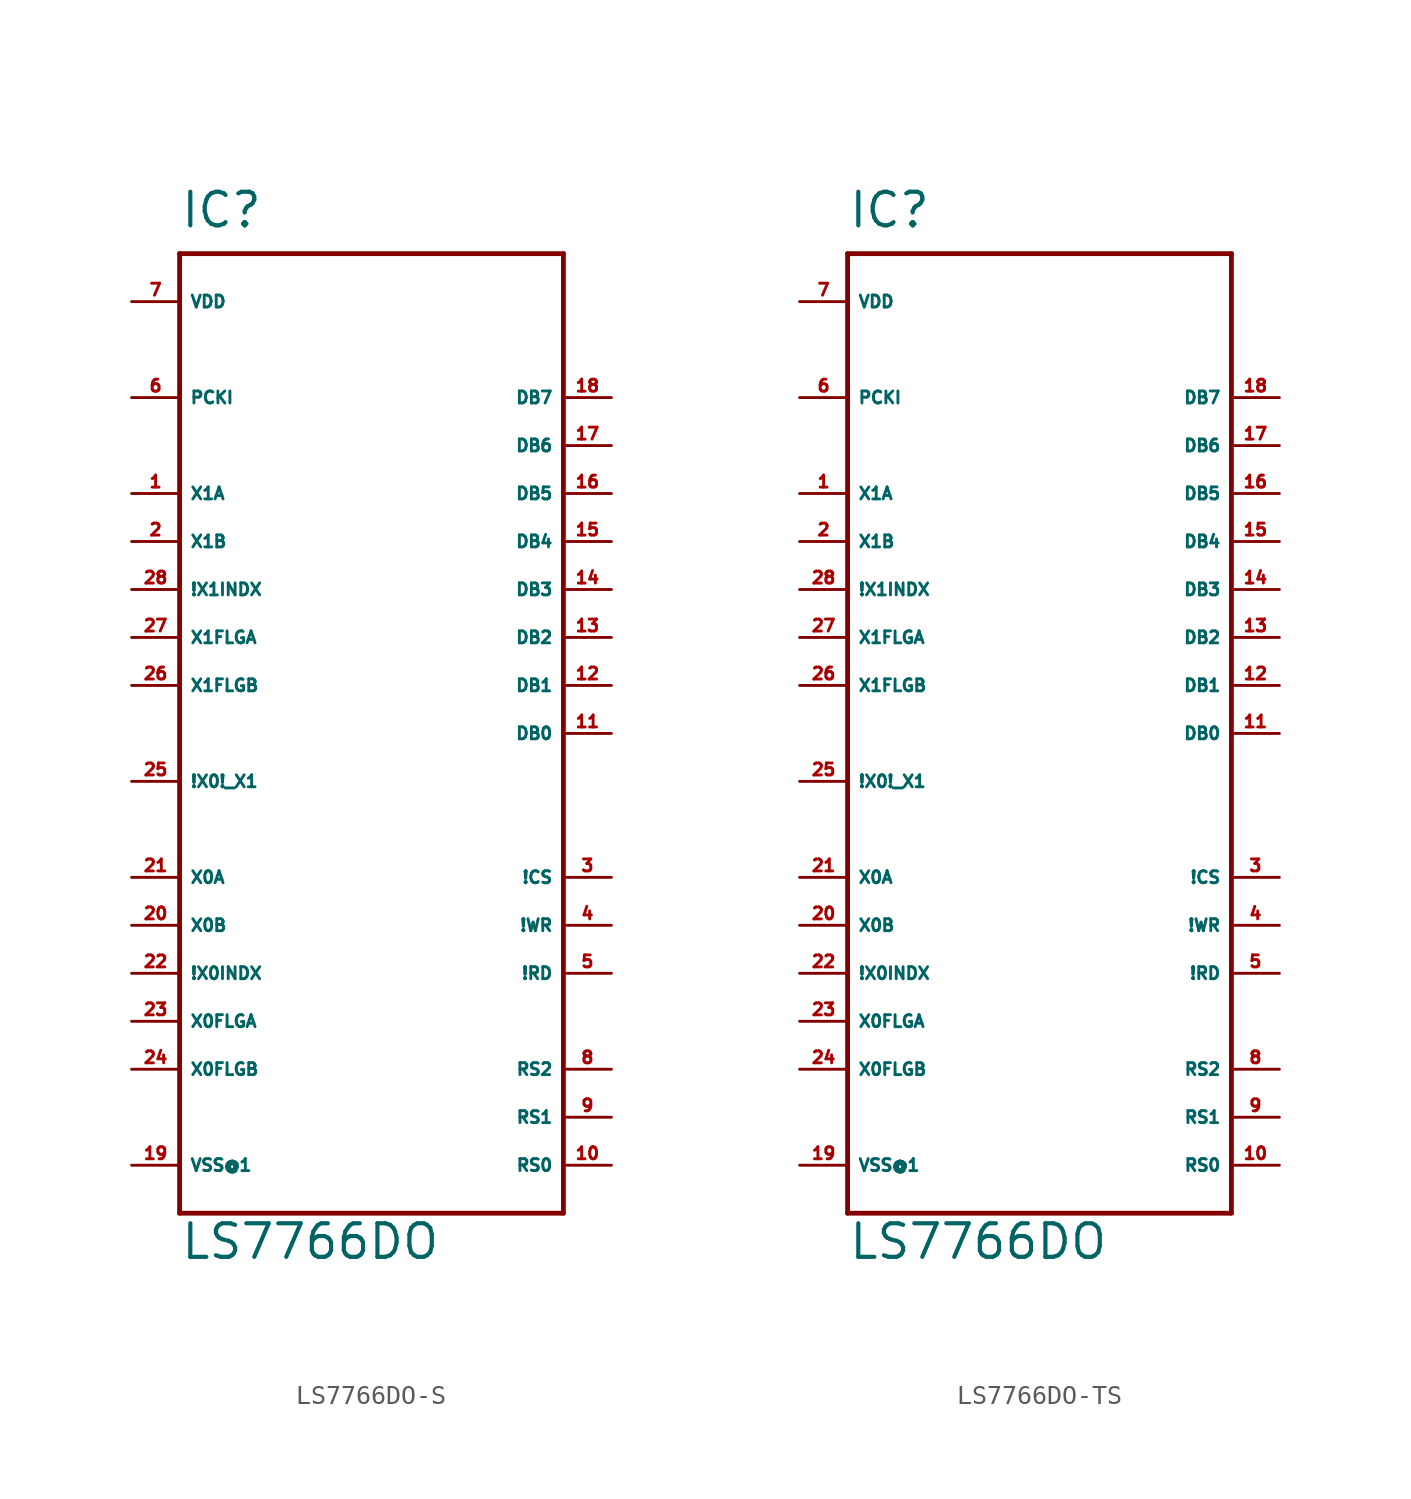
<source format=kicad_sym>
(kicad_symbol_lib
  (version 20220914)
  (generator Eagle2Kicad)
  (symbol "LS7766DO-S"
    (property "Reference" "IC"
      (at -10.16 26.67 0)
      (effects (font (size 1.778 1.778) (thickness 0.22)) (justify left bottom)))
    (property "Value" "LS7766DO"
      (at -10.16 -27.94 0)
      (effects (font (size 1.778 1.778) (thickness 0.22)) (justify left bottom)))
    (polyline
      (pts (xy -10.16 25.4) (xy 10.16 25.4))
      (stroke (width 0.254) (type default))
      (fill (type none)))
    (polyline
      (pts (xy 10.16 25.4) (xy 10.16 -25.4))
      (stroke (width 0.254) (type default))
      (fill (type none)))
    (polyline
      (pts (xy 10.16 -25.4) (xy -10.16 -25.4))
      (stroke (width 0.254) (type default))
      (fill (type none)))
    (polyline
      (pts (xy -10.16 -25.4) (xy -10.16 25.4))
      (stroke (width 0.254) (type default))
      (fill (type none)))
    (pin tri_state line
      (at 12.7 0 180)
      (length 2.54)
      (name "DB0" (effects (font (size 0.635 0.635) (thickness 0.08)) (justify left bottom)))
      (number "11" (effects (font (size 0.635 0.635) (thickness 0.08)) (justify left bottom))))
    (pin tri_state line
      (at 12.7 2.54 180)
      (length 2.54)
      (name "DB1" (effects (font (size 0.635 0.635) (thickness 0.08)) (justify left bottom)))
      (number "12" (effects (font (size 0.635 0.635) (thickness 0.08)) (justify left bottom))))
    (pin tri_state line
      (at 12.7 5.08 180)
      (length 2.54)
      (name "DB2" (effects (font (size 0.635 0.635) (thickness 0.08)) (justify left bottom)))
      (number "13" (effects (font (size 0.635 0.635) (thickness 0.08)) (justify left bottom))))
    (pin tri_state line
      (at 12.7 7.62 180)
      (length 2.54)
      (name "DB3" (effects (font (size 0.635 0.635) (thickness 0.08)) (justify left bottom)))
      (number "14" (effects (font (size 0.635 0.635) (thickness 0.08)) (justify left bottom))))
    (pin tri_state line
      (at 12.7 10.16 180)
      (length 2.54)
      (name "DB4" (effects (font (size 0.635 0.635) (thickness 0.08)) (justify left bottom)))
      (number "15" (effects (font (size 0.635 0.635) (thickness 0.08)) (justify left bottom))))
    (pin tri_state line
      (at 12.7 12.7 180)
      (length 2.54)
      (name "DB5" (effects (font (size 0.635 0.635) (thickness 0.08)) (justify left bottom)))
      (number "16" (effects (font (size 0.635 0.635) (thickness 0.08)) (justify left bottom))))
    (pin tri_state line
      (at 12.7 15.24 180)
      (length 2.54)
      (name "DB6" (effects (font (size 0.635 0.635) (thickness 0.08)) (justify left bottom)))
      (number "17" (effects (font (size 0.635 0.635) (thickness 0.08)) (justify left bottom))))
    (pin tri_state line
      (at 12.7 17.78 180)
      (length 2.54)
      (name "DB7" (effects (font (size 0.635 0.635) (thickness 0.08)) (justify left bottom)))
      (number "18" (effects (font (size 0.635 0.635) (thickness 0.08)) (justify left bottom))))
    (pin input line
      (at 12.7 -22.86 180)
      (length 2.54)
      (name "RS0" (effects (font (size 0.635 0.635) (thickness 0.08)) (justify left bottom)))
      (number "10" (effects (font (size 0.635 0.635) (thickness 0.08)) (justify left bottom))))
    (pin input line
      (at 12.7 -20.32 180)
      (length 2.54)
      (name "RS1" (effects (font (size 0.635 0.635) (thickness 0.08)) (justify left bottom)))
      (number "9" (effects (font (size 0.635 0.635) (thickness 0.08)) (justify left bottom))))
    (pin input line
      (at 12.7 -17.78 180)
      (length 2.54)
      (name "RS2" (effects (font (size 0.635 0.635) (thickness 0.08)) (justify left bottom)))
      (number "8" (effects (font (size 0.635 0.635) (thickness 0.08)) (justify left bottom))))
    (pin unspecified line
      (at -12.7 22.86 0)
      (length 2.54)
      (name "VDD" (effects (font (size 0.635 0.635) (thickness 0.08)) (justify left bottom)))
      (number "7" (effects (font (size 0.635 0.635) (thickness 0.08)) (justify left bottom))))
    (pin unspecified line
      (at -12.7 -22.86 0)
      (length 2.54)
      (name "VSS@1" (effects (font (size 0.635 0.635) (thickness 0.08)) (justify left bottom)))
      (number "19" (effects (font (size 0.635 0.635) (thickness 0.08)) (justify left bottom))))
    (pin input line
      (at -12.7 17.78 0)
      (length 2.54)
      (name "PCKI" (effects (font (size 0.635 0.635) (thickness 0.08)) (justify left bottom)))
      (number "6" (effects (font (size 0.635 0.635) (thickness 0.08)) (justify left bottom))))
    (pin input line
      (at 12.7 -12.7 180)
      (length 2.54)
      (name "!RD" (effects (font (size 0.635 0.635) (thickness 0.08)) (justify left bottom)))
      (number "5" (effects (font (size 0.635 0.635) (thickness 0.08)) (justify left bottom))))
    (pin input line
      (at 12.7 -10.16 180)
      (length 2.54)
      (name "!WR" (effects (font (size 0.635 0.635) (thickness 0.08)) (justify left bottom)))
      (number "4" (effects (font (size 0.635 0.635) (thickness 0.08)) (justify left bottom))))
    (pin input line
      (at 12.7 -7.62 180)
      (length 2.54)
      (name "!CS" (effects (font (size 0.635 0.635) (thickness 0.08)) (justify left bottom)))
      (number "3" (effects (font (size 0.635 0.635) (thickness 0.08)) (justify left bottom))))
    (pin input line
      (at -12.7 12.7 0)
      (length 2.54)
      (name "X1A" (effects (font (size 0.635 0.635) (thickness 0.08)) (justify left bottom)))
      (number "1" (effects (font (size 0.635 0.635) (thickness 0.08)) (justify left bottom))))
    (pin input line
      (at -12.7 10.16 0)
      (length 2.54)
      (name "X1B" (effects (font (size 0.635 0.635) (thickness 0.08)) (justify left bottom)))
      (number "2" (effects (font (size 0.635 0.635) (thickness 0.08)) (justify left bottom))))
    (pin input line
      (at -12.7 7.62 0)
      (length 2.54)
      (name "!X1INDX" (effects (font (size 0.635 0.635) (thickness 0.08)) (justify left bottom)))
      (number "28" (effects (font (size 0.635 0.635) (thickness 0.08)) (justify left bottom))))
    (pin output line
      (at -12.7 5.08 0)
      (length 2.54)
      (name "X1FLGA" (effects (font (size 0.635 0.635) (thickness 0.08)) (justify left bottom)))
      (number "27" (effects (font (size 0.635 0.635) (thickness 0.08)) (justify left bottom))))
    (pin output line
      (at -12.7 2.54 0)
      (length 2.54)
      (name "X1FLGB" (effects (font (size 0.635 0.635) (thickness 0.08)) (justify left bottom)))
      (number "26" (effects (font (size 0.635 0.635) (thickness 0.08)) (justify left bottom))))
    (pin output line
      (at -12.7 -2.54 0)
      (length 2.54)
      (name "!X0!_X1" (effects (font (size 0.635 0.635) (thickness 0.08)) (justify left bottom)))
      (number "25" (effects (font (size 0.635 0.635) (thickness 0.08)) (justify left bottom))))
    (pin input line
      (at -12.7 -7.62 0)
      (length 2.54)
      (name "X0A" (effects (font (size 0.635 0.635) (thickness 0.08)) (justify left bottom)))
      (number "21" (effects (font (size 0.635 0.635) (thickness 0.08)) (justify left bottom))))
    (pin input line
      (at -12.7 -10.16 0)
      (length 2.54)
      (name "X0B" (effects (font (size 0.635 0.635) (thickness 0.08)) (justify left bottom)))
      (number "20" (effects (font (size 0.635 0.635) (thickness 0.08)) (justify left bottom))))
    (pin output line
      (at -12.7 -15.24 0)
      (length 2.54)
      (name "X0FLGA" (effects (font (size 0.635 0.635) (thickness 0.08)) (justify left bottom)))
      (number "23" (effects (font (size 0.635 0.635) (thickness 0.08)) (justify left bottom))))
    (pin output line
      (at -12.7 -17.78 0)
      (length 2.54)
      (name "X0FLGB" (effects (font (size 0.635 0.635) (thickness 0.08)) (justify left bottom)))
      (number "24" (effects (font (size 0.635 0.635) (thickness 0.08)) (justify left bottom))))
    (pin input line
      (at -12.7 -12.7 0)
      (length 2.54)
      (name "!X0INDX" (effects (font (size 0.635 0.635) (thickness 0.08)) (justify left bottom)))
      (number "22" (effects (font (size 0.635 0.635) (thickness 0.08)) (justify left bottom)))))
  (symbol "LS7766DO-TS"
    (property "Reference" "IC"
      (at -10.16 26.67 0)
      (effects (font (size 1.778 1.778) (thickness 0.22)) (justify left bottom)))
    (property "Value" "LS7766DO"
      (at -10.16 -27.94 0)
      (effects (font (size 1.778 1.778) (thickness 0.22)) (justify left bottom)))
    (polyline
      (pts (xy -10.16 25.4) (xy 10.16 25.4))
      (stroke (width 0.254) (type default))
      (fill (type none)))
    (polyline
      (pts (xy 10.16 25.4) (xy 10.16 -25.4))
      (stroke (width 0.254) (type default))
      (fill (type none)))
    (polyline
      (pts (xy 10.16 -25.4) (xy -10.16 -25.4))
      (stroke (width 0.254) (type default))
      (fill (type none)))
    (polyline
      (pts (xy -10.16 -25.4) (xy -10.16 25.4))
      (stroke (width 0.254) (type default))
      (fill (type none)))
    (pin tri_state line
      (at 12.7 0 180)
      (length 2.54)
      (name "DB0" (effects (font (size 0.635 0.635) (thickness 0.08)) (justify left bottom)))
      (number "11" (effects (font (size 0.635 0.635) (thickness 0.08)) (justify left bottom))))
    (pin tri_state line
      (at 12.7 2.54 180)
      (length 2.54)
      (name "DB1" (effects (font (size 0.635 0.635) (thickness 0.08)) (justify left bottom)))
      (number "12" (effects (font (size 0.635 0.635) (thickness 0.08)) (justify left bottom))))
    (pin tri_state line
      (at 12.7 5.08 180)
      (length 2.54)
      (name "DB2" (effects (font (size 0.635 0.635) (thickness 0.08)) (justify left bottom)))
      (number "13" (effects (font (size 0.635 0.635) (thickness 0.08)) (justify left bottom))))
    (pin tri_state line
      (at 12.7 7.62 180)
      (length 2.54)
      (name "DB3" (effects (font (size 0.635 0.635) (thickness 0.08)) (justify left bottom)))
      (number "14" (effects (font (size 0.635 0.635) (thickness 0.08)) (justify left bottom))))
    (pin tri_state line
      (at 12.7 10.16 180)
      (length 2.54)
      (name "DB4" (effects (font (size 0.635 0.635) (thickness 0.08)) (justify left bottom)))
      (number "15" (effects (font (size 0.635 0.635) (thickness 0.08)) (justify left bottom))))
    (pin tri_state line
      (at 12.7 12.7 180)
      (length 2.54)
      (name "DB5" (effects (font (size 0.635 0.635) (thickness 0.08)) (justify left bottom)))
      (number "16" (effects (font (size 0.635 0.635) (thickness 0.08)) (justify left bottom))))
    (pin tri_state line
      (at 12.7 15.24 180)
      (length 2.54)
      (name "DB6" (effects (font (size 0.635 0.635) (thickness 0.08)) (justify left bottom)))
      (number "17" (effects (font (size 0.635 0.635) (thickness 0.08)) (justify left bottom))))
    (pin tri_state line
      (at 12.7 17.78 180)
      (length 2.54)
      (name "DB7" (effects (font (size 0.635 0.635) (thickness 0.08)) (justify left bottom)))
      (number "18" (effects (font (size 0.635 0.635) (thickness 0.08)) (justify left bottom))))
    (pin input line
      (at 12.7 -22.86 180)
      (length 2.54)
      (name "RS0" (effects (font (size 0.635 0.635) (thickness 0.08)) (justify left bottom)))
      (number "10" (effects (font (size 0.635 0.635) (thickness 0.08)) (justify left bottom))))
    (pin input line
      (at 12.7 -20.32 180)
      (length 2.54)
      (name "RS1" (effects (font (size 0.635 0.635) (thickness 0.08)) (justify left bottom)))
      (number "9" (effects (font (size 0.635 0.635) (thickness 0.08)) (justify left bottom))))
    (pin input line
      (at 12.7 -17.78 180)
      (length 2.54)
      (name "RS2" (effects (font (size 0.635 0.635) (thickness 0.08)) (justify left bottom)))
      (number "8" (effects (font (size 0.635 0.635) (thickness 0.08)) (justify left bottom))))
    (pin unspecified line
      (at -12.7 22.86 0)
      (length 2.54)
      (name "VDD" (effects (font (size 0.635 0.635) (thickness 0.08)) (justify left bottom)))
      (number "7" (effects (font (size 0.635 0.635) (thickness 0.08)) (justify left bottom))))
    (pin unspecified line
      (at -12.7 -22.86 0)
      (length 2.54)
      (name "VSS@1" (effects (font (size 0.635 0.635) (thickness 0.08)) (justify left bottom)))
      (number "19" (effects (font (size 0.635 0.635) (thickness 0.08)) (justify left bottom))))
    (pin input line
      (at -12.7 17.78 0)
      (length 2.54)
      (name "PCKI" (effects (font (size 0.635 0.635) (thickness 0.08)) (justify left bottom)))
      (number "6" (effects (font (size 0.635 0.635) (thickness 0.08)) (justify left bottom))))
    (pin input line
      (at 12.7 -12.7 180)
      (length 2.54)
      (name "!RD" (effects (font (size 0.635 0.635) (thickness 0.08)) (justify left bottom)))
      (number "5" (effects (font (size 0.635 0.635) (thickness 0.08)) (justify left bottom))))
    (pin input line
      (at 12.7 -10.16 180)
      (length 2.54)
      (name "!WR" (effects (font (size 0.635 0.635) (thickness 0.08)) (justify left bottom)))
      (number "4" (effects (font (size 0.635 0.635) (thickness 0.08)) (justify left bottom))))
    (pin input line
      (at 12.7 -7.62 180)
      (length 2.54)
      (name "!CS" (effects (font (size 0.635 0.635) (thickness 0.08)) (justify left bottom)))
      (number "3" (effects (font (size 0.635 0.635) (thickness 0.08)) (justify left bottom))))
    (pin input line
      (at -12.7 12.7 0)
      (length 2.54)
      (name "X1A" (effects (font (size 0.635 0.635) (thickness 0.08)) (justify left bottom)))
      (number "1" (effects (font (size 0.635 0.635) (thickness 0.08)) (justify left bottom))))
    (pin input line
      (at -12.7 10.16 0)
      (length 2.54)
      (name "X1B" (effects (font (size 0.635 0.635) (thickness 0.08)) (justify left bottom)))
      (number "2" (effects (font (size 0.635 0.635) (thickness 0.08)) (justify left bottom))))
    (pin input line
      (at -12.7 7.62 0)
      (length 2.54)
      (name "!X1INDX" (effects (font (size 0.635 0.635) (thickness 0.08)) (justify left bottom)))
      (number "28" (effects (font (size 0.635 0.635) (thickness 0.08)) (justify left bottom))))
    (pin output line
      (at -12.7 5.08 0)
      (length 2.54)
      (name "X1FLGA" (effects (font (size 0.635 0.635) (thickness 0.08)) (justify left bottom)))
      (number "27" (effects (font (size 0.635 0.635) (thickness 0.08)) (justify left bottom))))
    (pin output line
      (at -12.7 2.54 0)
      (length 2.54)
      (name "X1FLGB" (effects (font (size 0.635 0.635) (thickness 0.08)) (justify left bottom)))
      (number "26" (effects (font (size 0.635 0.635) (thickness 0.08)) (justify left bottom))))
    (pin output line
      (at -12.7 -2.54 0)
      (length 2.54)
      (name "!X0!_X1" (effects (font (size 0.635 0.635) (thickness 0.08)) (justify left bottom)))
      (number "25" (effects (font (size 0.635 0.635) (thickness 0.08)) (justify left bottom))))
    (pin input line
      (at -12.7 -7.62 0)
      (length 2.54)
      (name "X0A" (effects (font (size 0.635 0.635) (thickness 0.08)) (justify left bottom)))
      (number "21" (effects (font (size 0.635 0.635) (thickness 0.08)) (justify left bottom))))
    (pin input line
      (at -12.7 -10.16 0)
      (length 2.54)
      (name "X0B" (effects (font (size 0.635 0.635) (thickness 0.08)) (justify left bottom)))
      (number "20" (effects (font (size 0.635 0.635) (thickness 0.08)) (justify left bottom))))
    (pin output line
      (at -12.7 -15.24 0)
      (length 2.54)
      (name "X0FLGA" (effects (font (size 0.635 0.635) (thickness 0.08)) (justify left bottom)))
      (number "23" (effects (font (size 0.635 0.635) (thickness 0.08)) (justify left bottom))))
    (pin output line
      (at -12.7 -17.78 0)
      (length 2.54)
      (name "X0FLGB" (effects (font (size 0.635 0.635) (thickness 0.08)) (justify left bottom)))
      (number "24" (effects (font (size 0.635 0.635) (thickness 0.08)) (justify left bottom))))
    (pin input line
      (at -12.7 -12.7 0)
      (length 2.54)
      (name "!X0INDX" (effects (font (size 0.635 0.635) (thickness 0.08)) (justify left bottom)))
      (number "22" (effects (font (size 0.635 0.635) (thickness 0.08)) (justify left bottom))))))
</source>
